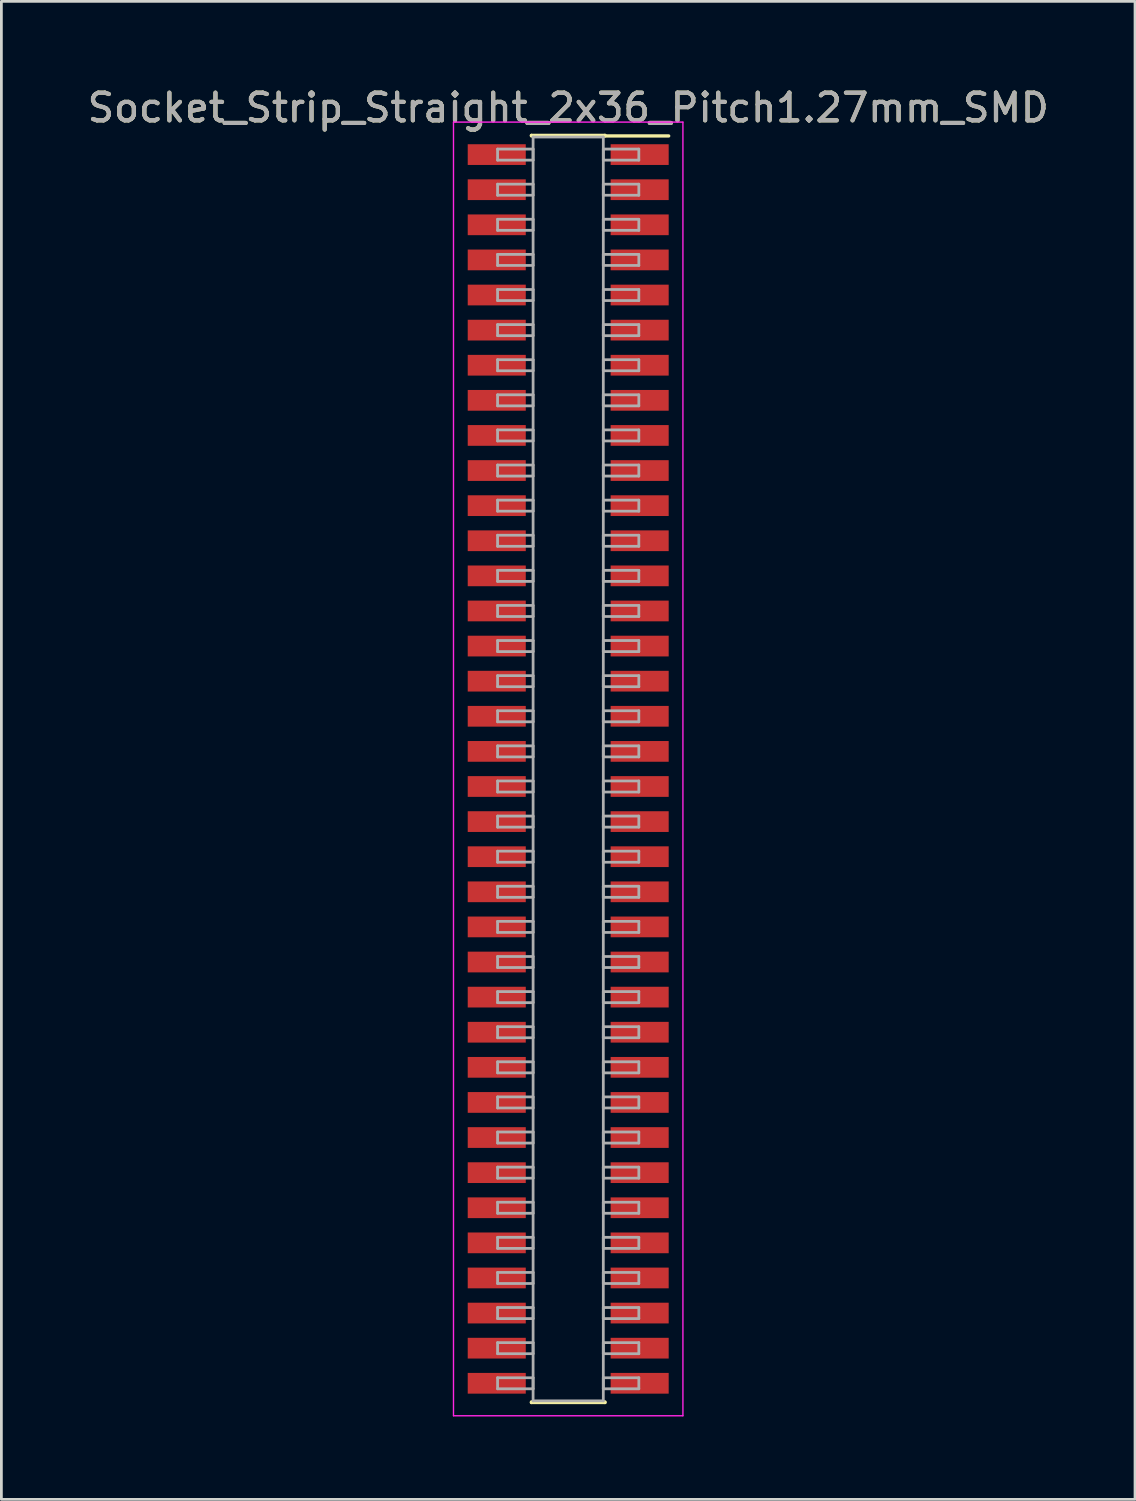
<source format=kicad_pcb>
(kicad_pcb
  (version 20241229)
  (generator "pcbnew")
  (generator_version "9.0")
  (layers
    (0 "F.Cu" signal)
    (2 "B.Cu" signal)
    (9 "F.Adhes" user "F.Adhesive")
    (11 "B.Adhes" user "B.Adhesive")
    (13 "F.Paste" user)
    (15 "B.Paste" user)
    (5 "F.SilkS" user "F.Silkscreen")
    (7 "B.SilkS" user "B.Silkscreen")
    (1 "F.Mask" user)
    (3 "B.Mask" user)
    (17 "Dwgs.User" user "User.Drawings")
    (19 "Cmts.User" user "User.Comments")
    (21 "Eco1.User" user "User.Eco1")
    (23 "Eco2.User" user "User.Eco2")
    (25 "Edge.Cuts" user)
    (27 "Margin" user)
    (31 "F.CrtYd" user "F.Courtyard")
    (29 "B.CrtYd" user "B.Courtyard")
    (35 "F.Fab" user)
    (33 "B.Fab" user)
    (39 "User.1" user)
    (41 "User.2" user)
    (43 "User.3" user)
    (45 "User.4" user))
  (footprint "Socket_Strip_Straight_2x36_Pitch1.27mm_SMD"
    (layer "F.Cu")
    (at 17.506 24.768)
    (property "Reference" "Socket_Strip_Straight_2x36_Pitch1.27mm_SMD" (at 0 -23.92 0) (layer "F.SilkS") (effects (font (size 1 1) (thickness 0.15))))
    (attr smd)
    (fp_line (start -1.33 -22.92) (end 1.33 -22.92) (stroke (width 0.12) (type solid)) (layer "F.SilkS"))
    (fp_line (start -1.33 -22.9) (end -1.33 -22.92) (stroke (width 0.12) (type solid)) (layer "F.SilkS"))
    (fp_line (start -1.33 22.9) (end -1.33 22.92) (stroke (width 0.12) (type solid)) (layer "F.SilkS"))
    (fp_line (start -1.33 22.92) (end 1.33 22.92) (stroke (width 0.12) (type solid)) (layer "F.SilkS"))
    (fp_line (start 1.33 -22.92) (end 1.33 -22.9) (stroke (width 0.12) (type solid)) (layer "F.SilkS"))
    (fp_line (start 1.33 22.92) (end 1.33 22.9) (stroke (width 0.12) (type solid)) (layer "F.SilkS"))
    (fp_line (start 3.635 -22.9) (end 1.33 -22.9) (stroke (width 0.12) (type solid)) (layer "F.SilkS"))
    (fp_line (start -4.15 -23.4) (end -4.15 23.4) (stroke (width 0.05) (type solid)) (layer "F.CrtYd"))
    (fp_line (start -4.15 23.4) (end 4.15 23.4) (stroke (width 0.05) (type solid)) (layer "F.CrtYd"))
    (fp_line (start 4.15 -23.4) (end -4.15 -23.4) (stroke (width 0.05) (type solid)) (layer "F.CrtYd"))
    (fp_line (start 4.15 23.4) (end 4.15 -23.4) (stroke (width 0.05) (type solid)) (layer "F.CrtYd"))
    (fp_line (start -2.555 -22.425) (end -1.27 -22.425) (stroke (width 0.1) (type solid)) (layer "F.Fab"))
    (fp_line (start -2.555 -22.025) (end -2.555 -22.425) (stroke (width 0.1) (type solid)) (layer "F.Fab"))
    (fp_line (start -2.555 -21.155) (end -1.27 -21.155) (stroke (width 0.1) (type solid)) (layer "F.Fab"))
    (fp_line (start -2.555 -20.755) (end -2.555 -21.155) (stroke (width 0.1) (type solid)) (layer "F.Fab"))
    (fp_line (start -2.555 -19.885) (end -1.27 -19.885) (stroke (width 0.1) (type solid)) (layer "F.Fab"))
    (fp_line (start -2.555 -19.485) (end -2.555 -19.885) (stroke (width 0.1) (type solid)) (layer "F.Fab"))
    (fp_line (start -2.555 -18.615) (end -1.27 -18.615) (stroke (width 0.1) (type solid)) (layer "F.Fab"))
    (fp_line (start -2.555 -18.215) (end -2.555 -18.615) (stroke (width 0.1) (type solid)) (layer "F.Fab"))
    (fp_line (start -2.555 -17.345) (end -1.27 -17.345) (stroke (width 0.1) (type solid)) (layer "F.Fab"))
    (fp_line (start -2.555 -16.945) (end -2.555 -17.345) (stroke (width 0.1) (type solid)) (layer "F.Fab"))
    (fp_line (start -2.555 -16.075) (end -1.27 -16.075) (stroke (width 0.1) (type solid)) (layer "F.Fab"))
    (fp_line (start -2.555 -15.675) (end -2.555 -16.075) (stroke (width 0.1) (type solid)) (layer "F.Fab"))
    (fp_line (start -2.555 -14.805) (end -1.27 -14.805) (stroke (width 0.1) (type solid)) (layer "F.Fab"))
    (fp_line (start -2.555 -14.405) (end -2.555 -14.805) (stroke (width 0.1) (type solid)) (layer "F.Fab"))
    (fp_line (start -2.555 -13.535) (end -1.27 -13.535) (stroke (width 0.1) (type solid)) (layer "F.Fab"))
    (fp_line (start -2.555 -13.135) (end -2.555 -13.535) (stroke (width 0.1) (type solid)) (layer "F.Fab"))
    (fp_line (start -2.555 -12.265) (end -1.27 -12.265) (stroke (width 0.1) (type solid)) (layer "F.Fab"))
    (fp_line (start -2.555 -11.865) (end -2.555 -12.265) (stroke (width 0.1) (type solid)) (layer "F.Fab"))
    (fp_line (start -2.555 -10.995) (end -1.27 -10.995) (stroke (width 0.1) (type solid)) (layer "F.Fab"))
    (fp_line (start -2.555 -10.595) (end -2.555 -10.995) (stroke (width 0.1) (type solid)) (layer "F.Fab"))
    (fp_line (start -2.555 -9.725) (end -1.27 -9.725) (stroke (width 0.1) (type solid)) (layer "F.Fab"))
    (fp_line (start -2.555 -9.325) (end -2.555 -9.725) (stroke (width 0.1) (type solid)) (layer "F.Fab"))
    (fp_line (start -2.555 -8.455) (end -1.27 -8.455) (stroke (width 0.1) (type solid)) (layer "F.Fab"))
    (fp_line (start -2.555 -8.055) (end -2.555 -8.455) (stroke (width 0.1) (type solid)) (layer "F.Fab"))
    (fp_line (start -2.555 -7.185) (end -1.27 -7.185) (stroke (width 0.1) (type solid)) (layer "F.Fab"))
    (fp_line (start -2.555 -6.785) (end -2.555 -7.185) (stroke (width 0.1) (type solid)) (layer "F.Fab"))
    (fp_line (start -2.555 -5.915) (end -1.27 -5.915) (stroke (width 0.1) (type solid)) (layer "F.Fab"))
    (fp_line (start -2.555 -5.515) (end -2.555 -5.915) (stroke (width 0.1) (type solid)) (layer "F.Fab"))
    (fp_line (start -2.555 -4.645) (end -1.27 -4.645) (stroke (width 0.1) (type solid)) (layer "F.Fab"))
    (fp_line (start -2.555 -4.245) (end -2.555 -4.645) (stroke (width 0.1) (type solid)) (layer "F.Fab"))
    (fp_line (start -2.555 -3.375) (end -1.27 -3.375) (stroke (width 0.1) (type solid)) (layer "F.Fab"))
    (fp_line (start -2.555 -2.975) (end -2.555 -3.375) (stroke (width 0.1) (type solid)) (layer "F.Fab"))
    (fp_line (start -2.555 -2.105) (end -1.27 -2.105) (stroke (width 0.1) (type solid)) (layer "F.Fab"))
    (fp_line (start -2.555 -1.705) (end -2.555 -2.105) (stroke (width 0.1) (type solid)) (layer "F.Fab"))
    (fp_line (start -2.555 -0.835) (end -1.27 -0.835) (stroke (width 0.1) (type solid)) (layer "F.Fab"))
    (fp_line (start -2.555 -0.435) (end -2.555 -0.835) (stroke (width 0.1) (type solid)) (layer "F.Fab"))
    (fp_line (start -2.555 0.435) (end -1.27 0.435) (stroke (width 0.1) (type solid)) (layer "F.Fab"))
    (fp_line (start -2.555 0.835) (end -2.555 0.435) (stroke (width 0.1) (type solid)) (layer "F.Fab"))
    (fp_line (start -2.555 1.705) (end -1.27 1.705) (stroke (width 0.1) (type solid)) (layer "F.Fab"))
    (fp_line (start -2.555 2.105) (end -2.555 1.705) (stroke (width 0.1) (type solid)) (layer "F.Fab"))
    (fp_line (start -2.555 2.975) (end -1.27 2.975) (stroke (width 0.1) (type solid)) (layer "F.Fab"))
    (fp_line (start -2.555 3.375) (end -2.555 2.975) (stroke (width 0.1) (type solid)) (layer "F.Fab"))
    (fp_line (start -2.555 4.245) (end -1.27 4.245) (stroke (width 0.1) (type solid)) (layer "F.Fab"))
    (fp_line (start -2.555 4.645) (end -2.555 4.245) (stroke (width 0.1) (type solid)) (layer "F.Fab"))
    (fp_line (start -2.555 5.515) (end -1.27 5.515) (stroke (width 0.1) (type solid)) (layer "F.Fab"))
    (fp_line (start -2.555 5.915) (end -2.555 5.515) (stroke (width 0.1) (type solid)) (layer "F.Fab"))
    (fp_line (start -2.555 6.785) (end -1.27 6.785) (stroke (width 0.1) (type solid)) (layer "F.Fab"))
    (fp_line (start -2.555 7.185) (end -2.555 6.785) (stroke (width 0.1) (type solid)) (layer "F.Fab"))
    (fp_line (start -2.555 8.055) (end -1.27 8.055) (stroke (width 0.1) (type solid)) (layer "F.Fab"))
    (fp_line (start -2.555 8.455) (end -2.555 8.055) (stroke (width 0.1) (type solid)) (layer "F.Fab"))
    (fp_line (start -2.555 9.325) (end -1.27 9.325) (stroke (width 0.1) (type solid)) (layer "F.Fab"))
    (fp_line (start -2.555 9.725) (end -2.555 9.325) (stroke (width 0.1) (type solid)) (layer "F.Fab"))
    (fp_line (start -2.555 10.595) (end -1.27 10.595) (stroke (width 0.1) (type solid)) (layer "F.Fab"))
    (fp_line (start -2.555 10.995) (end -2.555 10.595) (stroke (width 0.1) (type solid)) (layer "F.Fab"))
    (fp_line (start -2.555 11.865) (end -1.27 11.865) (stroke (width 0.1) (type solid)) (layer "F.Fab"))
    (fp_line (start -2.555 12.265) (end -2.555 11.865) (stroke (width 0.1) (type solid)) (layer "F.Fab"))
    (fp_line (start -2.555 13.135) (end -1.27 13.135) (stroke (width 0.1) (type solid)) (layer "F.Fab"))
    (fp_line (start -2.555 13.535) (end -2.555 13.135) (stroke (width 0.1) (type solid)) (layer "F.Fab"))
    (fp_line (start -2.555 14.405) (end -1.27 14.405) (stroke (width 0.1) (type solid)) (layer "F.Fab"))
    (fp_line (start -2.555 14.805) (end -2.555 14.405) (stroke (width 0.1) (type solid)) (layer "F.Fab"))
    (fp_line (start -2.555 15.675) (end -1.27 15.675) (stroke (width 0.1) (type solid)) (layer "F.Fab"))
    (fp_line (start -2.555 16.075) (end -2.555 15.675) (stroke (width 0.1) (type solid)) (layer "F.Fab"))
    (fp_line (start -2.555 16.945) (end -1.27 16.945) (stroke (width 0.1) (type solid)) (layer "F.Fab"))
    (fp_line (start -2.555 17.345) (end -2.555 16.945) (stroke (width 0.1) (type solid)) (layer "F.Fab"))
    (fp_line (start -2.555 18.215) (end -1.27 18.215) (stroke (width 0.1) (type solid)) (layer "F.Fab"))
    (fp_line (start -2.555 18.615) (end -2.555 18.215) (stroke (width 0.1) (type solid)) (layer "F.Fab"))
    (fp_line (start -2.555 19.485) (end -1.27 19.485) (stroke (width 0.1) (type solid)) (layer "F.Fab"))
    (fp_line (start -2.555 19.885) (end -2.555 19.485) (stroke (width 0.1) (type solid)) (layer "F.Fab"))
    (fp_line (start -2.555 20.755) (end -1.27 20.755) (stroke (width 0.1) (type solid)) (layer "F.Fab"))
    (fp_line (start -2.555 21.155) (end -2.555 20.755) (stroke (width 0.1) (type solid)) (layer "F.Fab"))
    (fp_line (start -2.555 22.025) (end -1.27 22.025) (stroke (width 0.1) (type solid)) (layer "F.Fab"))
    (fp_line (start -2.555 22.425) (end -2.555 22.025) (stroke (width 0.1) (type solid)) (layer "F.Fab"))
    (fp_line (start -1.27 -22.86) (end -1.27 22.86) (stroke (width 0.1) (type solid)) (layer "F.Fab"))
    (fp_line (start -1.27 -22.425) (end -1.27 -22.025) (stroke (width 0.1) (type solid)) (layer "F.Fab"))
    (fp_line (start -1.27 -22.025) (end -2.555 -22.025) (stroke (width 0.1) (type solid)) (layer "F.Fab"))
    (fp_line (start -1.27 -21.155) (end -1.27 -20.755) (stroke (width 0.1) (type solid)) (layer "F.Fab"))
    (fp_line (start -1.27 -20.755) (end -2.555 -20.755) (stroke (width 0.1) (type solid)) (layer "F.Fab"))
    (fp_line (start -1.27 -19.885) (end -1.27 -19.485) (stroke (width 0.1) (type solid)) (layer "F.Fab"))
    (fp_line (start -1.27 -19.485) (end -2.555 -19.485) (stroke (width 0.1) (type solid)) (layer "F.Fab"))
    (fp_line (start -1.27 -18.615) (end -1.27 -18.215) (stroke (width 0.1) (type solid)) (layer "F.Fab"))
    (fp_line (start -1.27 -18.215) (end -2.555 -18.215) (stroke (width 0.1) (type solid)) (layer "F.Fab"))
    (fp_line (start -1.27 -17.345) (end -1.27 -16.945) (stroke (width 0.1) (type solid)) (layer "F.Fab"))
    (fp_line (start -1.27 -16.945) (end -2.555 -16.945) (stroke (width 0.1) (type solid)) (layer "F.Fab"))
    (fp_line (start -1.27 -16.075) (end -1.27 -15.675) (stroke (width 0.1) (type solid)) (layer "F.Fab"))
    (fp_line (start -1.27 -15.675) (end -2.555 -15.675) (stroke (width 0.1) (type solid)) (layer "F.Fab"))
    (fp_line (start -1.27 -14.805) (end -1.27 -14.405) (stroke (width 0.1) (type solid)) (layer "F.Fab"))
    (fp_line (start -1.27 -14.405) (end -2.555 -14.405) (stroke (width 0.1) (type solid)) (layer "F.Fab"))
    (fp_line (start -1.27 -13.535) (end -1.27 -13.135) (stroke (width 0.1) (type solid)) (layer "F.Fab"))
    (fp_line (start -1.27 -13.135) (end -2.555 -13.135) (stroke (width 0.1) (type solid)) (layer "F.Fab"))
    (fp_line (start -1.27 -12.265) (end -1.27 -11.865) (stroke (width 0.1) (type solid)) (layer "F.Fab"))
    (fp_line (start -1.27 -11.865) (end -2.555 -11.865) (stroke (width 0.1) (type solid)) (layer "F.Fab"))
    (fp_line (start -1.27 -10.995) (end -1.27 -10.595) (stroke (width 0.1) (type solid)) (layer "F.Fab"))
    (fp_line (start -1.27 -10.595) (end -2.555 -10.595) (stroke (width 0.1) (type solid)) (layer "F.Fab"))
    (fp_line (start -1.27 -9.725) (end -1.27 -9.325) (stroke (width 0.1) (type solid)) (layer "F.Fab"))
    (fp_line (start -1.27 -9.325) (end -2.555 -9.325) (stroke (width 0.1) (type solid)) (layer "F.Fab"))
    (fp_line (start -1.27 -8.455) (end -1.27 -8.055) (stroke (width 0.1) (type solid)) (layer "F.Fab"))
    (fp_line (start -1.27 -8.055) (end -2.555 -8.055) (stroke (width 0.1) (type solid)) (layer "F.Fab"))
    (fp_line (start -1.27 -7.185) (end -1.27 -6.785) (stroke (width 0.1) (type solid)) (layer "F.Fab"))
    (fp_line (start -1.27 -6.785) (end -2.555 -6.785) (stroke (width 0.1) (type solid)) (layer "F.Fab"))
    (fp_line (start -1.27 -5.915) (end -1.27 -5.515) (stroke (width 0.1) (type solid)) (layer "F.Fab"))
    (fp_line (start -1.27 -5.515) (end -2.555 -5.515) (stroke (width 0.1) (type solid)) (layer "F.Fab"))
    (fp_line (start -1.27 -4.645) (end -1.27 -4.245) (stroke (width 0.1) (type solid)) (layer "F.Fab"))
    (fp_line (start -1.27 -4.245) (end -2.555 -4.245) (stroke (width 0.1) (type solid)) (layer "F.Fab"))
    (fp_line (start -1.27 -3.375) (end -1.27 -2.975) (stroke (width 0.1) (type solid)) (layer "F.Fab"))
    (fp_line (start -1.27 -2.975) (end -2.555 -2.975) (stroke (width 0.1) (type solid)) (layer "F.Fab"))
    (fp_line (start -1.27 -2.105) (end -1.27 -1.705) (stroke (width 0.1) (type solid)) (layer "F.Fab"))
    (fp_line (start -1.27 -1.705) (end -2.555 -1.705) (stroke (width 0.1) (type solid)) (layer "F.Fab"))
    (fp_line (start -1.27 -0.835) (end -1.27 -0.435) (stroke (width 0.1) (type solid)) (layer "F.Fab"))
    (fp_line (start -1.27 -0.435) (end -2.555 -0.435) (stroke (width 0.1) (type solid)) (layer "F.Fab"))
    (fp_line (start -1.27 0.435) (end -1.27 0.835) (stroke (width 0.1) (type solid)) (layer "F.Fab"))
    (fp_line (start -1.27 0.835) (end -2.555 0.835) (stroke (width 0.1) (type solid)) (layer "F.Fab"))
    (fp_line (start -1.27 1.705) (end -1.27 2.105) (stroke (width 0.1) (type solid)) (layer "F.Fab"))
    (fp_line (start -1.27 2.105) (end -2.555 2.105) (stroke (width 0.1) (type solid)) (layer "F.Fab"))
    (fp_line (start -1.27 2.975) (end -1.27 3.375) (stroke (width 0.1) (type solid)) (layer "F.Fab"))
    (fp_line (start -1.27 3.375) (end -2.555 3.375) (stroke (width 0.1) (type solid)) (layer "F.Fab"))
    (fp_line (start -1.27 4.245) (end -1.27 4.645) (stroke (width 0.1) (type solid)) (layer "F.Fab"))
    (fp_line (start -1.27 4.645) (end -2.555 4.645) (stroke (width 0.1) (type solid)) (layer "F.Fab"))
    (fp_line (start -1.27 5.515) (end -1.27 5.915) (stroke (width 0.1) (type solid)) (layer "F.Fab"))
    (fp_line (start -1.27 5.915) (end -2.555 5.915) (stroke (width 0.1) (type solid)) (layer "F.Fab"))
    (fp_line (start -1.27 6.785) (end -1.27 7.185) (stroke (width 0.1) (type solid)) (layer "F.Fab"))
    (fp_line (start -1.27 7.185) (end -2.555 7.185) (stroke (width 0.1) (type solid)) (layer "F.Fab"))
    (fp_line (start -1.27 8.055) (end -1.27 8.455) (stroke (width 0.1) (type solid)) (layer "F.Fab"))
    (fp_line (start -1.27 8.455) (end -2.555 8.455) (stroke (width 0.1) (type solid)) (layer "F.Fab"))
    (fp_line (start -1.27 9.325) (end -1.27 9.725) (stroke (width 0.1) (type solid)) (layer "F.Fab"))
    (fp_line (start -1.27 9.725) (end -2.555 9.725) (stroke (width 0.1) (type solid)) (layer "F.Fab"))
    (fp_line (start -1.27 10.595) (end -1.27 10.995) (stroke (width 0.1) (type solid)) (layer "F.Fab"))
    (fp_line (start -1.27 10.995) (end -2.555 10.995) (stroke (width 0.1) (type solid)) (layer "F.Fab"))
    (fp_line (start -1.27 11.865) (end -1.27 12.265) (stroke (width 0.1) (type solid)) (layer "F.Fab"))
    (fp_line (start -1.27 12.265) (end -2.555 12.265) (stroke (width 0.1) (type solid)) (layer "F.Fab"))
    (fp_line (start -1.27 13.135) (end -1.27 13.535) (stroke (width 0.1) (type solid)) (layer "F.Fab"))
    (fp_line (start -1.27 13.535) (end -2.555 13.535) (stroke (width 0.1) (type solid)) (layer "F.Fab"))
    (fp_line (start -1.27 14.405) (end -1.27 14.805) (stroke (width 0.1) (type solid)) (layer "F.Fab"))
    (fp_line (start -1.27 14.805) (end -2.555 14.805) (stroke (width 0.1) (type solid)) (layer "F.Fab"))
    (fp_line (start -1.27 15.675) (end -1.27 16.075) (stroke (width 0.1) (type solid)) (layer "F.Fab"))
    (fp_line (start -1.27 16.075) (end -2.555 16.075) (stroke (width 0.1) (type solid)) (layer "F.Fab"))
    (fp_line (start -1.27 16.945) (end -1.27 17.345) (stroke (width 0.1) (type solid)) (layer "F.Fab"))
    (fp_line (start -1.27 17.345) (end -2.555 17.345) (stroke (width 0.1) (type solid)) (layer "F.Fab"))
    (fp_line (start -1.27 18.215) (end -1.27 18.615) (stroke (width 0.1) (type solid)) (layer "F.Fab"))
    (fp_line (start -1.27 18.615) (end -2.555 18.615) (stroke (width 0.1) (type solid)) (layer "F.Fab"))
    (fp_line (start -1.27 19.485) (end -1.27 19.885) (stroke (width 0.1) (type solid)) (layer "F.Fab"))
    (fp_line (start -1.27 19.885) (end -2.555 19.885) (stroke (width 0.1) (type solid)) (layer "F.Fab"))
    (fp_line (start -1.27 20.755) (end -1.27 21.155) (stroke (width 0.1) (type solid)) (layer "F.Fab"))
    (fp_line (start -1.27 21.155) (end -2.555 21.155) (stroke (width 0.1) (type solid)) (layer "F.Fab"))
    (fp_line (start -1.27 22.025) (end -1.27 22.425) (stroke (width 0.1) (type solid)) (layer "F.Fab"))
    (fp_line (start -1.27 22.425) (end -2.555 22.425) (stroke (width 0.1) (type solid)) (layer "F.Fab"))
    (fp_line (start -1.27 22.86) (end 1.27 22.86) (stroke (width 0.1) (type solid)) (layer "F.Fab"))
    (fp_line (start 1.27 -22.86) (end -1.27 -22.86) (stroke (width 0.1) (type solid)) (layer "F.Fab"))
    (fp_line (start 1.27 -22.425) (end 1.27 -22.025) (stroke (width 0.1) (type solid)) (layer "F.Fab"))
    (fp_line (start 1.27 -22.025) (end 2.555 -22.025) (stroke (width 0.1) (type solid)) (layer "F.Fab"))
    (fp_line (start 1.27 -21.155) (end 1.27 -20.755) (stroke (width 0.1) (type solid)) (layer "F.Fab"))
    (fp_line (start 1.27 -20.755) (end 2.555 -20.755) (stroke (width 0.1) (type solid)) (layer "F.Fab"))
    (fp_line (start 1.27 -19.885) (end 1.27 -19.485) (stroke (width 0.1) (type solid)) (layer "F.Fab"))
    (fp_line (start 1.27 -19.485) (end 2.555 -19.485) (stroke (width 0.1) (type solid)) (layer "F.Fab"))
    (fp_line (start 1.27 -18.615) (end 1.27 -18.215) (stroke (width 0.1) (type solid)) (layer "F.Fab"))
    (fp_line (start 1.27 -18.215) (end 2.555 -18.215) (stroke (width 0.1) (type solid)) (layer "F.Fab"))
    (fp_line (start 1.27 -17.345) (end 1.27 -16.945) (stroke (width 0.1) (type solid)) (layer "F.Fab"))
    (fp_line (start 1.27 -16.945) (end 2.555 -16.945) (stroke (width 0.1) (type solid)) (layer "F.Fab"))
    (fp_line (start 1.27 -16.075) (end 1.27 -15.675) (stroke (width 0.1) (type solid)) (layer "F.Fab"))
    (fp_line (start 1.27 -15.675) (end 2.555 -15.675) (stroke (width 0.1) (type solid)) (layer "F.Fab"))
    (fp_line (start 1.27 -14.805) (end 1.27 -14.405) (stroke (width 0.1) (type solid)) (layer "F.Fab"))
    (fp_line (start 1.27 -14.405) (end 2.555 -14.405) (stroke (width 0.1) (type solid)) (layer "F.Fab"))
    (fp_line (start 1.27 -13.535) (end 1.27 -13.135) (stroke (width 0.1) (type solid)) (layer "F.Fab"))
    (fp_line (start 1.27 -13.135) (end 2.555 -13.135) (stroke (width 0.1) (type solid)) (layer "F.Fab"))
    (fp_line (start 1.27 -12.265) (end 1.27 -11.865) (stroke (width 0.1) (type solid)) (layer "F.Fab"))
    (fp_line (start 1.27 -11.865) (end 2.555 -11.865) (stroke (width 0.1) (type solid)) (layer "F.Fab"))
    (fp_line (start 1.27 -10.995) (end 1.27 -10.595) (stroke (width 0.1) (type solid)) (layer "F.Fab"))
    (fp_line (start 1.27 -10.595) (end 2.555 -10.595) (stroke (width 0.1) (type solid)) (layer "F.Fab"))
    (fp_line (start 1.27 -9.725) (end 1.27 -9.325) (stroke (width 0.1) (type solid)) (layer "F.Fab"))
    (fp_line (start 1.27 -9.325) (end 2.555 -9.325) (stroke (width 0.1) (type solid)) (layer "F.Fab"))
    (fp_line (start 1.27 -8.455) (end 1.27 -8.055) (stroke (width 0.1) (type solid)) (layer "F.Fab"))
    (fp_line (start 1.27 -8.055) (end 2.555 -8.055) (stroke (width 0.1) (type solid)) (layer "F.Fab"))
    (fp_line (start 1.27 -7.185) (end 1.27 -6.785) (stroke (width 0.1) (type solid)) (layer "F.Fab"))
    (fp_line (start 1.27 -6.785) (end 2.555 -6.785) (stroke (width 0.1) (type solid)) (layer "F.Fab"))
    (fp_line (start 1.27 -5.915) (end 1.27 -5.515) (stroke (width 0.1) (type solid)) (layer "F.Fab"))
    (fp_line (start 1.27 -5.515) (end 2.555 -5.515) (stroke (width 0.1) (type solid)) (layer "F.Fab"))
    (fp_line (start 1.27 -4.645) (end 1.27 -4.245) (stroke (width 0.1) (type solid)) (layer "F.Fab"))
    (fp_line (start 1.27 -4.245) (end 2.555 -4.245) (stroke (width 0.1) (type solid)) (layer "F.Fab"))
    (fp_line (start 1.27 -3.375) (end 1.27 -2.975) (stroke (width 0.1) (type solid)) (layer "F.Fab"))
    (fp_line (start 1.27 -2.975) (end 2.555 -2.975) (stroke (width 0.1) (type solid)) (layer "F.Fab"))
    (fp_line (start 1.27 -2.105) (end 1.27 -1.705) (stroke (width 0.1) (type solid)) (layer "F.Fab"))
    (fp_line (start 1.27 -1.705) (end 2.555 -1.705) (stroke (width 0.1) (type solid)) (layer "F.Fab"))
    (fp_line (start 1.27 -0.835) (end 1.27 -0.435) (stroke (width 0.1) (type solid)) (layer "F.Fab"))
    (fp_line (start 1.27 -0.435) (end 2.555 -0.435) (stroke (width 0.1) (type solid)) (layer "F.Fab"))
    (fp_line (start 1.27 0.435) (end 1.27 0.835) (stroke (width 0.1) (type solid)) (layer "F.Fab"))
    (fp_line (start 1.27 0.835) (end 2.555 0.835) (stroke (width 0.1) (type solid)) (layer "F.Fab"))
    (fp_line (start 1.27 1.705) (end 1.27 2.105) (stroke (width 0.1) (type solid)) (layer "F.Fab"))
    (fp_line (start 1.27 2.105) (end 2.555 2.105) (stroke (width 0.1) (type solid)) (layer "F.Fab"))
    (fp_line (start 1.27 2.975) (end 1.27 3.375) (stroke (width 0.1) (type solid)) (layer "F.Fab"))
    (fp_line (start 1.27 3.375) (end 2.555 3.375) (stroke (width 0.1) (type solid)) (layer "F.Fab"))
    (fp_line (start 1.27 4.245) (end 1.27 4.645) (stroke (width 0.1) (type solid)) (layer "F.Fab"))
    (fp_line (start 1.27 4.645) (end 2.555 4.645) (stroke (width 0.1) (type solid)) (layer "F.Fab"))
    (fp_line (start 1.27 5.515) (end 1.27 5.915) (stroke (width 0.1) (type solid)) (layer "F.Fab"))
    (fp_line (start 1.27 5.915) (end 2.555 5.915) (stroke (width 0.1) (type solid)) (layer "F.Fab"))
    (fp_line (start 1.27 6.785) (end 1.27 7.185) (stroke (width 0.1) (type solid)) (layer "F.Fab"))
    (fp_line (start 1.27 7.185) (end 2.555 7.185) (stroke (width 0.1) (type solid)) (layer "F.Fab"))
    (fp_line (start 1.27 8.055) (end 1.27 8.455) (stroke (width 0.1) (type solid)) (layer "F.Fab"))
    (fp_line (start 1.27 8.455) (end 2.555 8.455) (stroke (width 0.1) (type solid)) (layer "F.Fab"))
    (fp_line (start 1.27 9.325) (end 1.27 9.725) (stroke (width 0.1) (type solid)) (layer "F.Fab"))
    (fp_line (start 1.27 9.725) (end 2.555 9.725) (stroke (width 0.1) (type solid)) (layer "F.Fab"))
    (fp_line (start 1.27 10.595) (end 1.27 10.995) (stroke (width 0.1) (type solid)) (layer "F.Fab"))
    (fp_line (start 1.27 10.995) (end 2.555 10.995) (stroke (width 0.1) (type solid)) (layer "F.Fab"))
    (fp_line (start 1.27 11.865) (end 1.27 12.265) (stroke (width 0.1) (type solid)) (layer "F.Fab"))
    (fp_line (start 1.27 12.265) (end 2.555 12.265) (stroke (width 0.1) (type solid)) (layer "F.Fab"))
    (fp_line (start 1.27 13.135) (end 1.27 13.535) (stroke (width 0.1) (type solid)) (layer "F.Fab"))
    (fp_line (start 1.27 13.535) (end 2.555 13.535) (stroke (width 0.1) (type solid)) (layer "F.Fab"))
    (fp_line (start 1.27 14.405) (end 1.27 14.805) (stroke (width 0.1) (type solid)) (layer "F.Fab"))
    (fp_line (start 1.27 14.805) (end 2.555 14.805) (stroke (width 0.1) (type solid)) (layer "F.Fab"))
    (fp_line (start 1.27 15.675) (end 1.27 16.075) (stroke (width 0.1) (type solid)) (layer "F.Fab"))
    (fp_line (start 1.27 16.075) (end 2.555 16.075) (stroke (width 0.1) (type solid)) (layer "F.Fab"))
    (fp_line (start 1.27 16.945) (end 1.27 17.345) (stroke (width 0.1) (type solid)) (layer "F.Fab"))
    (fp_line (start 1.27 17.345) (end 2.555 17.345) (stroke (width 0.1) (type solid)) (layer "F.Fab"))
    (fp_line (start 1.27 18.215) (end 1.27 18.615) (stroke (width 0.1) (type solid)) (layer "F.Fab"))
    (fp_line (start 1.27 18.615) (end 2.555 18.615) (stroke (width 0.1) (type solid)) (layer "F.Fab"))
    (fp_line (start 1.27 19.485) (end 1.27 19.885) (stroke (width 0.1) (type solid)) (layer "F.Fab"))
    (fp_line (start 1.27 19.885) (end 2.555 19.885) (stroke (width 0.1) (type solid)) (layer "F.Fab"))
    (fp_line (start 1.27 20.755) (end 1.27 21.155) (stroke (width 0.1) (type solid)) (layer "F.Fab"))
    (fp_line (start 1.27 21.155) (end 2.555 21.155) (stroke (width 0.1) (type solid)) (layer "F.Fab"))
    (fp_line (start 1.27 22.025) (end 1.27 22.425) (stroke (width 0.1) (type solid)) (layer "F.Fab"))
    (fp_line (start 1.27 22.425) (end 2.555 22.425) (stroke (width 0.1) (type solid)) (layer "F.Fab"))
    (fp_line (start 1.27 22.86) (end 1.27 -22.86) (stroke (width 0.1) (type solid)) (layer "F.Fab"))
    (fp_line (start 2.555 -22.425) (end 1.27 -22.425) (stroke (width 0.1) (type solid)) (layer "F.Fab"))
    (fp_line (start 2.555 -22.025) (end 2.555 -22.425) (stroke (width 0.1) (type solid)) (layer "F.Fab"))
    (fp_line (start 2.555 -21.155) (end 1.27 -21.155) (stroke (width 0.1) (type solid)) (layer "F.Fab"))
    (fp_line (start 2.555 -20.755) (end 2.555 -21.155) (stroke (width 0.1) (type solid)) (layer "F.Fab"))
    (fp_line (start 2.555 -19.885) (end 1.27 -19.885) (stroke (width 0.1) (type solid)) (layer "F.Fab"))
    (fp_line (start 2.555 -19.485) (end 2.555 -19.885) (stroke (width 0.1) (type solid)) (layer "F.Fab"))
    (fp_line (start 2.555 -18.615) (end 1.27 -18.615) (stroke (width 0.1) (type solid)) (layer "F.Fab"))
    (fp_line (start 2.555 -18.215) (end 2.555 -18.615) (stroke (width 0.1) (type solid)) (layer "F.Fab"))
    (fp_line (start 2.555 -17.345) (end 1.27 -17.345) (stroke (width 0.1) (type solid)) (layer "F.Fab"))
    (fp_line (start 2.555 -16.945) (end 2.555 -17.345) (stroke (width 0.1) (type solid)) (layer "F.Fab"))
    (fp_line (start 2.555 -16.075) (end 1.27 -16.075) (stroke (width 0.1) (type solid)) (layer "F.Fab"))
    (fp_line (start 2.555 -15.675) (end 2.555 -16.075) (stroke (width 0.1) (type solid)) (layer "F.Fab"))
    (fp_line (start 2.555 -14.805) (end 1.27 -14.805) (stroke (width 0.1) (type solid)) (layer "F.Fab"))
    (fp_line (start 2.555 -14.405) (end 2.555 -14.805) (stroke (width 0.1) (type solid)) (layer "F.Fab"))
    (fp_line (start 2.555 -13.535) (end 1.27 -13.535) (stroke (width 0.1) (type solid)) (layer "F.Fab"))
    (fp_line (start 2.555 -13.135) (end 2.555 -13.535) (stroke (width 0.1) (type solid)) (layer "F.Fab"))
    (fp_line (start 2.555 -12.265) (end 1.27 -12.265) (stroke (width 0.1) (type solid)) (layer "F.Fab"))
    (fp_line (start 2.555 -11.865) (end 2.555 -12.265) (stroke (width 0.1) (type solid)) (layer "F.Fab"))
    (fp_line (start 2.555 -10.995) (end 1.27 -10.995) (stroke (width 0.1) (type solid)) (layer "F.Fab"))
    (fp_line (start 2.555 -10.595) (end 2.555 -10.995) (stroke (width 0.1) (type solid)) (layer "F.Fab"))
    (fp_line (start 2.555 -9.725) (end 1.27 -9.725) (stroke (width 0.1) (type solid)) (layer "F.Fab"))
    (fp_line (start 2.555 -9.325) (end 2.555 -9.725) (stroke (width 0.1) (type solid)) (layer "F.Fab"))
    (fp_line (start 2.555 -8.455) (end 1.27 -8.455) (stroke (width 0.1) (type solid)) (layer "F.Fab"))
    (fp_line (start 2.555 -8.055) (end 2.555 -8.455) (stroke (width 0.1) (type solid)) (layer "F.Fab"))
    (fp_line (start 2.555 -7.185) (end 1.27 -7.185) (stroke (width 0.1) (type solid)) (layer "F.Fab"))
    (fp_line (start 2.555 -6.785) (end 2.555 -7.185) (stroke (width 0.1) (type solid)) (layer "F.Fab"))
    (fp_line (start 2.555 -5.915) (end 1.27 -5.915) (stroke (width 0.1) (type solid)) (layer "F.Fab"))
    (fp_line (start 2.555 -5.515) (end 2.555 -5.915) (stroke (width 0.1) (type solid)) (layer "F.Fab"))
    (fp_line (start 2.555 -4.645) (end 1.27 -4.645) (stroke (width 0.1) (type solid)) (layer "F.Fab"))
    (fp_line (start 2.555 -4.245) (end 2.555 -4.645) (stroke (width 0.1) (type solid)) (layer "F.Fab"))
    (fp_line (start 2.555 -3.375) (end 1.27 -3.375) (stroke (width 0.1) (type solid)) (layer "F.Fab"))
    (fp_line (start 2.555 -2.975) (end 2.555 -3.375) (stroke (width 0.1) (type solid)) (layer "F.Fab"))
    (fp_line (start 2.555 -2.105) (end 1.27 -2.105) (stroke (width 0.1) (type solid)) (layer "F.Fab"))
    (fp_line (start 2.555 -1.705) (end 2.555 -2.105) (stroke (width 0.1) (type solid)) (layer "F.Fab"))
    (fp_line (start 2.555 -0.835) (end 1.27 -0.835) (stroke (width 0.1) (type solid)) (layer "F.Fab"))
    (fp_line (start 2.555 -0.435) (end 2.555 -0.835) (stroke (width 0.1) (type solid)) (layer "F.Fab"))
    (fp_line (start 2.555 0.435) (end 1.27 0.435) (stroke (width 0.1) (type solid)) (layer "F.Fab"))
    (fp_line (start 2.555 0.835) (end 2.555 0.435) (stroke (width 0.1) (type solid)) (layer "F.Fab"))
    (fp_line (start 2.555 1.705) (end 1.27 1.705) (stroke (width 0.1) (type solid)) (layer "F.Fab"))
    (fp_line (start 2.555 2.105) (end 2.555 1.705) (stroke (width 0.1) (type solid)) (layer "F.Fab"))
    (fp_line (start 2.555 2.975) (end 1.27 2.975) (stroke (width 0.1) (type solid)) (layer "F.Fab"))
    (fp_line (start 2.555 3.375) (end 2.555 2.975) (stroke (width 0.1) (type solid)) (layer "F.Fab"))
    (fp_line (start 2.555 4.245) (end 1.27 4.245) (stroke (width 0.1) (type solid)) (layer "F.Fab"))
    (fp_line (start 2.555 4.645) (end 2.555 4.245) (stroke (width 0.1) (type solid)) (layer "F.Fab"))
    (fp_line (start 2.555 5.515) (end 1.27 5.515) (stroke (width 0.1) (type solid)) (layer "F.Fab"))
    (fp_line (start 2.555 5.915) (end 2.555 5.515) (stroke (width 0.1) (type solid)) (layer "F.Fab"))
    (fp_line (start 2.555 6.785) (end 1.27 6.785) (stroke (width 0.1) (type solid)) (layer "F.Fab"))
    (fp_line (start 2.555 7.185) (end 2.555 6.785) (stroke (width 0.1) (type solid)) (layer "F.Fab"))
    (fp_line (start 2.555 8.055) (end 1.27 8.055) (stroke (width 0.1) (type solid)) (layer "F.Fab"))
    (fp_line (start 2.555 8.455) (end 2.555 8.055) (stroke (width 0.1) (type solid)) (layer "F.Fab"))
    (fp_line (start 2.555 9.325) (end 1.27 9.325) (stroke (width 0.1) (type solid)) (layer "F.Fab"))
    (fp_line (start 2.555 9.725) (end 2.555 9.325) (stroke (width 0.1) (type solid)) (layer "F.Fab"))
    (fp_line (start 2.555 10.595) (end 1.27 10.595) (stroke (width 0.1) (type solid)) (layer "F.Fab"))
    (fp_line (start 2.555 10.995) (end 2.555 10.595) (stroke (width 0.1) (type solid)) (layer "F.Fab"))
    (fp_line (start 2.555 11.865) (end 1.27 11.865) (stroke (width 0.1) (type solid)) (layer "F.Fab"))
    (fp_line (start 2.555 12.265) (end 2.555 11.865) (stroke (width 0.1) (type solid)) (layer "F.Fab"))
    (fp_line (start 2.555 13.135) (end 1.27 13.135) (stroke (width 0.1) (type solid)) (layer "F.Fab"))
    (fp_line (start 2.555 13.535) (end 2.555 13.135) (stroke (width 0.1) (type solid)) (layer "F.Fab"))
    (fp_line (start 2.555 14.405) (end 1.27 14.405) (stroke (width 0.1) (type solid)) (layer "F.Fab"))
    (fp_line (start 2.555 14.805) (end 2.555 14.405) (stroke (width 0.1) (type solid)) (layer "F.Fab"))
    (fp_line (start 2.555 15.675) (end 1.27 15.675) (stroke (width 0.1) (type solid)) (layer "F.Fab"))
    (fp_line (start 2.555 16.075) (end 2.555 15.675) (stroke (width 0.1) (type solid)) (layer "F.Fab"))
    (fp_line (start 2.555 16.945) (end 1.27 16.945) (stroke (width 0.1) (type solid)) (layer "F.Fab"))
    (fp_line (start 2.555 17.345) (end 2.555 16.945) (stroke (width 0.1) (type solid)) (layer "F.Fab"))
    (fp_line (start 2.555 18.215) (end 1.27 18.215) (stroke (width 0.1) (type solid)) (layer "F.Fab"))
    (fp_line (start 2.555 18.615) (end 2.555 18.215) (stroke (width 0.1) (type solid)) (layer "F.Fab"))
    (fp_line (start 2.555 19.485) (end 1.27 19.485) (stroke (width 0.1) (type solid)) (layer "F.Fab"))
    (fp_line (start 2.555 19.885) (end 2.555 19.485) (stroke (width 0.1) (type solid)) (layer "F.Fab"))
    (fp_line (start 2.555 20.755) (end 1.27 20.755) (stroke (width 0.1) (type solid)) (layer "F.Fab"))
    (fp_line (start 2.555 21.155) (end 2.555 20.755) (stroke (width 0.1) (type solid)) (layer "F.Fab"))
    (fp_line (start 2.555 22.025) (end 1.27 22.025) (stroke (width 0.1) (type solid)) (layer "F.Fab"))
    (fp_line (start 2.555 22.425) (end 2.555 22.025) (stroke (width 0.1) (type solid)) (layer "F.Fab"))
    (fp_text user "${REFERENCE}" (at 0 -23.92 0) (layer "F.Fab") (effects (font (size 1 1) (thickness 0.15))))
    (pad "1" smd rect (at 2.585 -22.225) (size 2.1 0.75) (layers "F.Cu" "F.Mask" "F.Paste"))
    (pad "2" smd rect (at -2.585 -22.225) (size 2.1 0.75) (layers "F.Cu" "F.Mask" "F.Paste"))
    (pad "3" smd rect (at 2.585 -20.955) (size 2.1 0.75) (layers "F.Cu" "F.Mask" "F.Paste"))
    (pad "4" smd rect (at -2.585 -20.955) (size 2.1 0.75) (layers "F.Cu" "F.Mask" "F.Paste"))
    (pad "5" smd rect (at 2.585 -19.685) (size 2.1 0.75) (layers "F.Cu" "F.Mask" "F.Paste"))
    (pad "6" smd rect (at -2.585 -19.685) (size 2.1 0.75) (layers "F.Cu" "F.Mask" "F.Paste"))
    (pad "7" smd rect (at 2.585 -18.415) (size 2.1 0.75) (layers "F.Cu" "F.Mask" "F.Paste"))
    (pad "8" smd rect (at -2.585 -18.415) (size 2.1 0.75) (layers "F.Cu" "F.Mask" "F.Paste"))
    (pad "9" smd rect (at 2.585 -17.145) (size 2.1 0.75) (layers "F.Cu" "F.Mask" "F.Paste"))
    (pad "10" smd rect (at -2.585 -17.145) (size 2.1 0.75) (layers "F.Cu" "F.Mask" "F.Paste"))
    (pad "11" smd rect (at 2.585 -15.875) (size 2.1 0.75) (layers "F.Cu" "F.Mask" "F.Paste"))
    (pad "12" smd rect (at -2.585 -15.875) (size 2.1 0.75) (layers "F.Cu" "F.Mask" "F.Paste"))
    (pad "13" smd rect (at 2.585 -14.605) (size 2.1 0.75) (layers "F.Cu" "F.Mask" "F.Paste"))
    (pad "14" smd rect (at -2.585 -14.605) (size 2.1 0.75) (layers "F.Cu" "F.Mask" "F.Paste"))
    (pad "15" smd rect (at 2.585 -13.335) (size 2.1 0.75) (layers "F.Cu" "F.Mask" "F.Paste"))
    (pad "16" smd rect (at -2.585 -13.335) (size 2.1 0.75) (layers "F.Cu" "F.Mask" "F.Paste"))
    (pad "17" smd rect (at 2.585 -12.065) (size 2.1 0.75) (layers "F.Cu" "F.Mask" "F.Paste"))
    (pad "18" smd rect (at -2.585 -12.065) (size 2.1 0.75) (layers "F.Cu" "F.Mask" "F.Paste"))
    (pad "19" smd rect (at 2.585 -10.795) (size 2.1 0.75) (layers "F.Cu" "F.Mask" "F.Paste"))
    (pad "20" smd rect (at -2.585 -10.795) (size 2.1 0.75) (layers "F.Cu" "F.Mask" "F.Paste"))
    (pad "21" smd rect (at 2.585 -9.525) (size 2.1 0.75) (layers "F.Cu" "F.Mask" "F.Paste"))
    (pad "22" smd rect (at -2.585 -9.525) (size 2.1 0.75) (layers "F.Cu" "F.Mask" "F.Paste"))
    (pad "23" smd rect (at 2.585 -8.255) (size 2.1 0.75) (layers "F.Cu" "F.Mask" "F.Paste"))
    (pad "24" smd rect (at -2.585 -8.255) (size 2.1 0.75) (layers "F.Cu" "F.Mask" "F.Paste"))
    (pad "25" smd rect (at 2.585 -6.985) (size 2.1 0.75) (layers "F.Cu" "F.Mask" "F.Paste"))
    (pad "26" smd rect (at -2.585 -6.985) (size 2.1 0.75) (layers "F.Cu" "F.Mask" "F.Paste"))
    (pad "27" smd rect (at 2.585 -5.715) (size 2.1 0.75) (layers "F.Cu" "F.Mask" "F.Paste"))
    (pad "28" smd rect (at -2.585 -5.715) (size 2.1 0.75) (layers "F.Cu" "F.Mask" "F.Paste"))
    (pad "29" smd rect (at 2.585 -4.445) (size 2.1 0.75) (layers "F.Cu" "F.Mask" "F.Paste"))
    (pad "30" smd rect (at -2.585 -4.445) (size 2.1 0.75) (layers "F.Cu" "F.Mask" "F.Paste"))
    (pad "31" smd rect (at 2.585 -3.175) (size 2.1 0.75) (layers "F.Cu" "F.Mask" "F.Paste"))
    (pad "32" smd rect (at -2.585 -3.175) (size 2.1 0.75) (layers "F.Cu" "F.Mask" "F.Paste"))
    (pad "33" smd rect (at 2.585 -1.905) (size 2.1 0.75) (layers "F.Cu" "F.Mask" "F.Paste"))
    (pad "34" smd rect (at -2.585 -1.905) (size 2.1 0.75) (layers "F.Cu" "F.Mask" "F.Paste"))
    (pad "35" smd rect (at 2.585 -0.635) (size 2.1 0.75) (layers "F.Cu" "F.Mask" "F.Paste"))
    (pad "36" smd rect (at -2.585 -0.635) (size 2.1 0.75) (layers "F.Cu" "F.Mask" "F.Paste"))
    (pad "37" smd rect (at 2.585 0.635) (size 2.1 0.75) (layers "F.Cu" "F.Mask" "F.Paste"))
    (pad "38" smd rect (at -2.585 0.635) (size 2.1 0.75) (layers "F.Cu" "F.Mask" "F.Paste"))
    (pad "39" smd rect (at 2.585 1.905) (size 2.1 0.75) (layers "F.Cu" "F.Mask" "F.Paste"))
    (pad "40" smd rect (at -2.585 1.905) (size 2.1 0.75) (layers "F.Cu" "F.Mask" "F.Paste"))
    (pad "41" smd rect (at 2.585 3.175) (size 2.1 0.75) (layers "F.Cu" "F.Mask" "F.Paste"))
    (pad "42" smd rect (at -2.585 3.175) (size 2.1 0.75) (layers "F.Cu" "F.Mask" "F.Paste"))
    (pad "43" smd rect (at 2.585 4.445) (size 2.1 0.75) (layers "F.Cu" "F.Mask" "F.Paste"))
    (pad "44" smd rect (at -2.585 4.445) (size 2.1 0.75) (layers "F.Cu" "F.Mask" "F.Paste"))
    (pad "45" smd rect (at 2.585 5.715) (size 2.1 0.75) (layers "F.Cu" "F.Mask" "F.Paste"))
    (pad "46" smd rect (at -2.585 5.715) (size 2.1 0.75) (layers "F.Cu" "F.Mask" "F.Paste"))
    (pad "47" smd rect (at 2.585 6.985) (size 2.1 0.75) (layers "F.Cu" "F.Mask" "F.Paste"))
    (pad "48" smd rect (at -2.585 6.985) (size 2.1 0.75) (layers "F.Cu" "F.Mask" "F.Paste"))
    (pad "49" smd rect (at 2.585 8.255) (size 2.1 0.75) (layers "F.Cu" "F.Mask" "F.Paste"))
    (pad "50" smd rect (at -2.585 8.255) (size 2.1 0.75) (layers "F.Cu" "F.Mask" "F.Paste"))
    (pad "51" smd rect (at 2.585 9.525) (size 2.1 0.75) (layers "F.Cu" "F.Mask" "F.Paste"))
    (pad "52" smd rect (at -2.585 9.525) (size 2.1 0.75) (layers "F.Cu" "F.Mask" "F.Paste"))
    (pad "53" smd rect (at 2.585 10.795) (size 2.1 0.75) (layers "F.Cu" "F.Mask" "F.Paste"))
    (pad "54" smd rect (at -2.585 10.795) (size 2.1 0.75) (layers "F.Cu" "F.Mask" "F.Paste"))
    (pad "55" smd rect (at 2.585 12.065) (size 2.1 0.75) (layers "F.Cu" "F.Mask" "F.Paste"))
    (pad "56" smd rect (at -2.585 12.065) (size 2.1 0.75) (layers "F.Cu" "F.Mask" "F.Paste"))
    (pad "57" smd rect (at 2.585 13.335) (size 2.1 0.75) (layers "F.Cu" "F.Mask" "F.Paste"))
    (pad "58" smd rect (at -2.585 13.335) (size 2.1 0.75) (layers "F.Cu" "F.Mask" "F.Paste"))
    (pad "59" smd rect (at 2.585 14.605) (size 2.1 0.75) (layers "F.Cu" "F.Mask" "F.Paste"))
    (pad "60" smd rect (at -2.585 14.605) (size 2.1 0.75) (layers "F.Cu" "F.Mask" "F.Paste"))
    (pad "61" smd rect (at 2.585 15.875) (size 2.1 0.75) (layers "F.Cu" "F.Mask" "F.Paste"))
    (pad "62" smd rect (at -2.585 15.875) (size 2.1 0.75) (layers "F.Cu" "F.Mask" "F.Paste"))
    (pad "63" smd rect (at 2.585 17.145) (size 2.1 0.75) (layers "F.Cu" "F.Mask" "F.Paste"))
    (pad "64" smd rect (at -2.585 17.145) (size 2.1 0.75) (layers "F.Cu" "F.Mask" "F.Paste"))
    (pad "65" smd rect (at 2.585 18.415) (size 2.1 0.75) (layers "F.Cu" "F.Mask" "F.Paste"))
    (pad "66" smd rect (at -2.585 18.415) (size 2.1 0.75) (layers "F.Cu" "F.Mask" "F.Paste"))
    (pad "67" smd rect (at 2.585 19.685) (size 2.1 0.75) (layers "F.Cu" "F.Mask" "F.Paste"))
    (pad "68" smd rect (at -2.585 19.685) (size 2.1 0.75) (layers "F.Cu" "F.Mask" "F.Paste"))
    (pad "69" smd rect (at 2.585 20.955) (size 2.1 0.75) (layers "F.Cu" "F.Mask" "F.Paste"))
    (pad "70" smd rect (at -2.585 20.955) (size 2.1 0.75) (layers "F.Cu" "F.Mask" "F.Paste"))
    (pad "71" smd rect (at 2.585 22.225) (size 2.1 0.75) (layers "F.Cu" "F.Mask" "F.Paste"))
    (pad "72" smd rect (at -2.585 22.225) (size 2.1 0.75) (layers "F.Cu" "F.Mask" "F.Paste")))
  (gr_rect
    (start -3 -3)
    (end 38.012 51.193)
    (stroke (width 0.1) (type default))
    (fill no)
    (layer "Edge.Cuts")))
</source>
